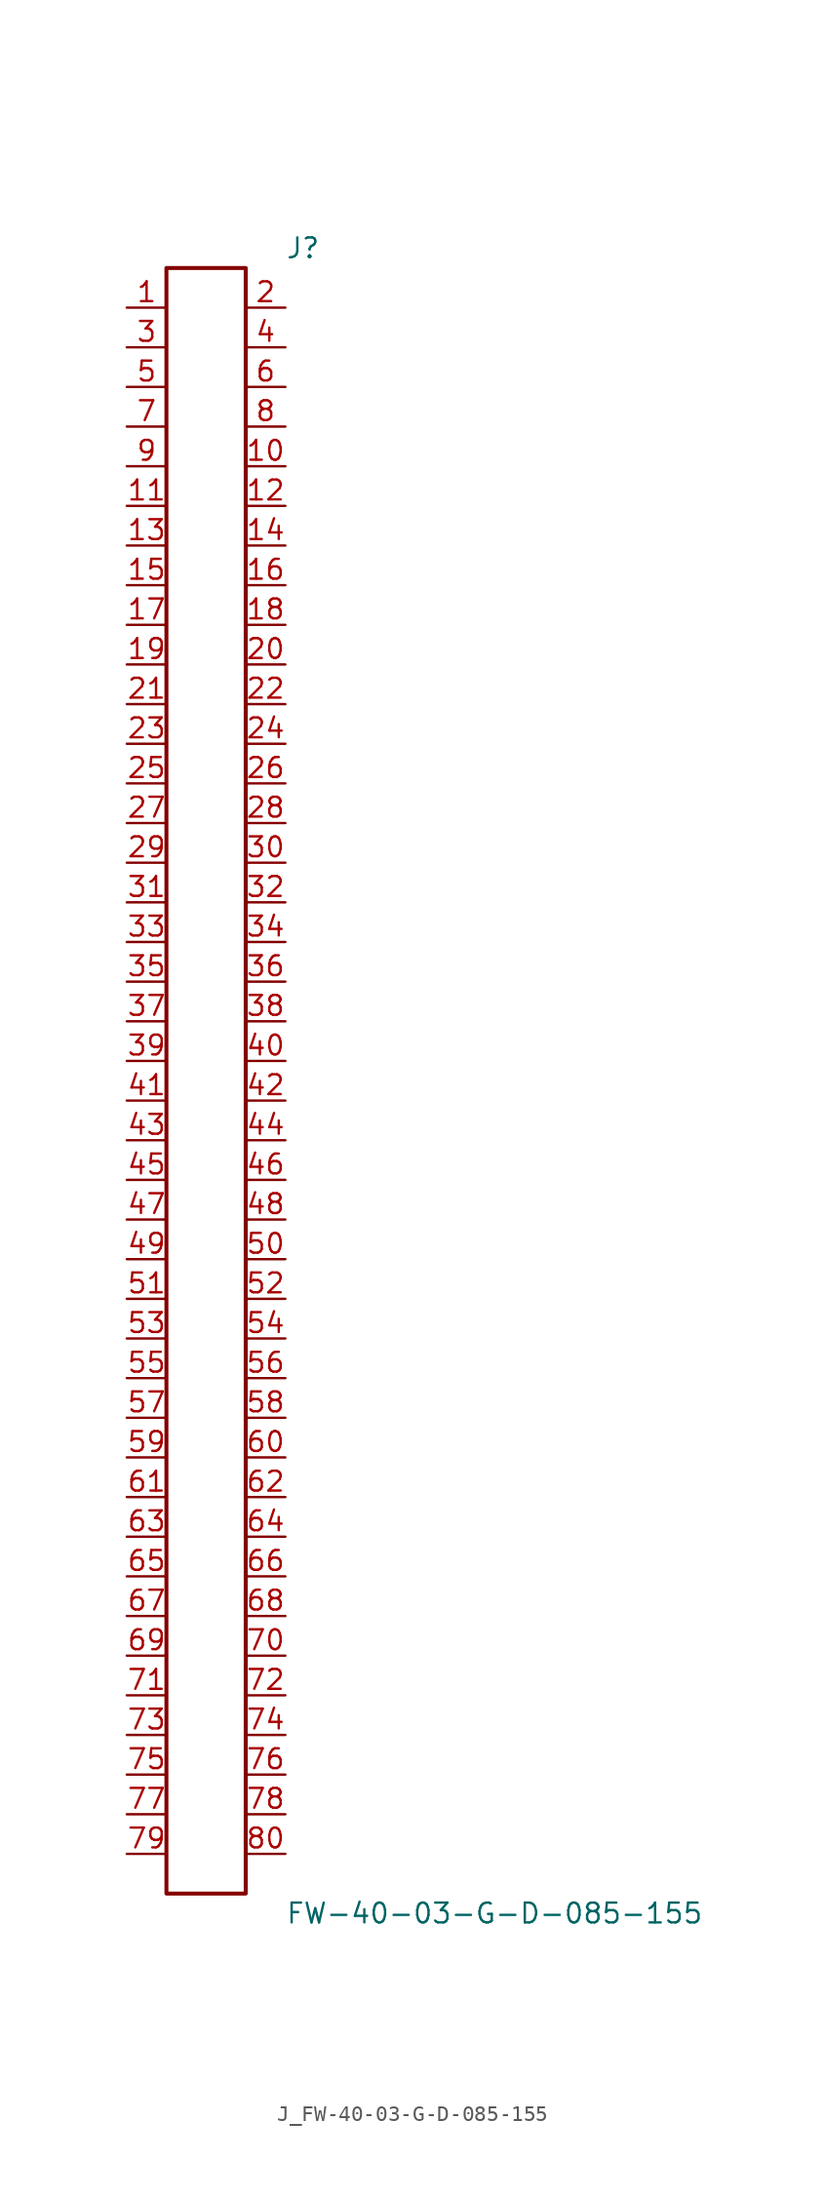
<source format=kicad_sym>
(kicad_symbol_lib
  (version 20231120)
  (generator kicad_symbol_editor)
  (generator_version 8.0)
  (symbol "J_FW-40-03-G-D-085-155"
    (pin_names
      (offset 0.254))
    (property "Reference" "J"
      (at 5.08 53.34 0)
      (effects (font (size 1.27 1.27)) (justify left)))
    (property "Value" "FW-40-03-G-D-085-155"
      (at 5.08 -53.34 0)
      (effects (font (size 1.27 1.27)) (justify left)))
    (symbol "J_FW-40-03-G-D-085-155_0_0"
      (pin unspecified line (at -5.08 49.53 0) (length 2.54) (name "" (effects (font (size 1.27 1.27)))) (number "1" (effects (font (size 1.27 1.27)))))
      (pin unspecified line (at 5.08 49.53 180) (length 2.54) (name "" (effects (font (size 1.27 1.27)))) (number "2" (effects (font (size 1.27 1.27)))))
      (pin unspecified line (at -5.08 46.99 0) (length 2.54) (name "" (effects (font (size 1.27 1.27)))) (number "3" (effects (font (size 1.27 1.27)))))
      (pin unspecified line (at 5.08 46.99 180) (length 2.54) (name "" (effects (font (size 1.27 1.27)))) (number "4" (effects (font (size 1.27 1.27)))))
      (pin unspecified line (at -5.08 44.45 0) (length 2.54) (name "" (effects (font (size 1.27 1.27)))) (number "5" (effects (font (size 1.27 1.27)))))
      (pin unspecified line (at 5.08 44.45 180) (length 2.54) (name "" (effects (font (size 1.27 1.27)))) (number "6" (effects (font (size 1.27 1.27)))))
      (pin unspecified line (at -5.08 41.91 0) (length 2.54) (name "" (effects (font (size 1.27 1.27)))) (number "7" (effects (font (size 1.27 1.27)))))
      (pin unspecified line (at 5.08 41.91 180) (length 2.54) (name "" (effects (font (size 1.27 1.27)))) (number "8" (effects (font (size 1.27 1.27)))))
      (pin unspecified line (at -5.08 39.37 0) (length 2.54) (name "" (effects (font (size 1.27 1.27)))) (number "9" (effects (font (size 1.27 1.27)))))
      (pin unspecified line (at 5.08 39.37 180) (length 2.54) (name "" (effects (font (size 1.27 1.27)))) (number "10" (effects (font (size 1.27 1.27)))))
      (pin unspecified line (at -5.08 36.83 0) (length 2.54) (name "" (effects (font (size 1.27 1.27)))) (number "11" (effects (font (size 1.27 1.27)))))
      (pin unspecified line (at 5.08 36.83 180) (length 2.54) (name "" (effects (font (size 1.27 1.27)))) (number "12" (effects (font (size 1.27 1.27)))))
      (pin unspecified line (at -5.08 34.29 0) (length 2.54) (name "" (effects (font (size 1.27 1.27)))) (number "13" (effects (font (size 1.27 1.27)))))
      (pin unspecified line (at 5.08 34.29 180) (length 2.54) (name "" (effects (font (size 1.27 1.27)))) (number "14" (effects (font (size 1.27 1.27)))))
      (pin unspecified line (at -5.08 31.75 0) (length 2.54) (name "" (effects (font (size 1.27 1.27)))) (number "15" (effects (font (size 1.27 1.27)))))
      (pin unspecified line (at 5.08 31.75 180) (length 2.54) (name "" (effects (font (size 1.27 1.27)))) (number "16" (effects (font (size 1.27 1.27)))))
      (pin unspecified line (at -5.08 29.21 0) (length 2.54) (name "" (effects (font (size 1.27 1.27)))) (number "17" (effects (font (size 1.27 1.27)))))
      (pin unspecified line (at 5.08 29.21 180) (length 2.54) (name "" (effects (font (size 1.27 1.27)))) (number "18" (effects (font (size 1.27 1.27)))))
      (pin unspecified line (at -5.08 26.67 0) (length 2.54) (name "" (effects (font (size 1.27 1.27)))) (number "19" (effects (font (size 1.27 1.27)))))
      (pin unspecified line (at 5.08 26.67 180) (length 2.54) (name "" (effects (font (size 1.27 1.27)))) (number "20" (effects (font (size 1.27 1.27)))))
      (pin unspecified line (at -5.08 24.13 0) (length 2.54) (name "" (effects (font (size 1.27 1.27)))) (number "21" (effects (font (size 1.27 1.27)))))
      (pin unspecified line (at 5.08 24.13 180) (length 2.54) (name "" (effects (font (size 1.27 1.27)))) (number "22" (effects (font (size 1.27 1.27)))))
      (pin unspecified line (at -5.08 21.59 0) (length 2.54) (name "" (effects (font (size 1.27 1.27)))) (number "23" (effects (font (size 1.27 1.27)))))
      (pin unspecified line (at 5.08 21.59 180) (length 2.54) (name "" (effects (font (size 1.27 1.27)))) (number "24" (effects (font (size 1.27 1.27)))))
      (pin unspecified line (at -5.08 19.05 0) (length 2.54) (name "" (effects (font (size 1.27 1.27)))) (number "25" (effects (font (size 1.27 1.27)))))
      (pin unspecified line (at 5.08 19.05 180) (length 2.54) (name "" (effects (font (size 1.27 1.27)))) (number "26" (effects (font (size 1.27 1.27)))))
      (pin unspecified line (at -5.08 16.51 0) (length 2.54) (name "" (effects (font (size 1.27 1.27)))) (number "27" (effects (font (size 1.27 1.27)))))
      (pin unspecified line (at 5.08 16.51 180) (length 2.54) (name "" (effects (font (size 1.27 1.27)))) (number "28" (effects (font (size 1.27 1.27)))))
      (pin unspecified line (at -5.08 13.97 0) (length 2.54) (name "" (effects (font (size 1.27 1.27)))) (number "29" (effects (font (size 1.27 1.27)))))
      (pin unspecified line (at 5.08 13.97 180) (length 2.54) (name "" (effects (font (size 1.27 1.27)))) (number "30" (effects (font (size 1.27 1.27)))))
      (pin unspecified line (at -5.08 11.43 0) (length 2.54) (name "" (effects (font (size 1.27 1.27)))) (number "31" (effects (font (size 1.27 1.27)))))
      (pin unspecified line (at 5.08 11.43 180) (length 2.54) (name "" (effects (font (size 1.27 1.27)))) (number "32" (effects (font (size 1.27 1.27)))))
      (pin unspecified line (at -5.08 8.89 0) (length 2.54) (name "" (effects (font (size 1.27 1.27)))) (number "33" (effects (font (size 1.27 1.27)))))
      (pin unspecified line (at 5.08 8.89 180) (length 2.54) (name "" (effects (font (size 1.27 1.27)))) (number "34" (effects (font (size 1.27 1.27)))))
      (pin unspecified line (at -5.08 6.35 0) (length 2.54) (name "" (effects (font (size 1.27 1.27)))) (number "35" (effects (font (size 1.27 1.27)))))
      (pin unspecified line (at 5.08 6.35 180) (length 2.54) (name "" (effects (font (size 1.27 1.27)))) (number "36" (effects (font (size 1.27 1.27)))))
      (pin unspecified line (at -5.08 3.81 0) (length 2.54) (name "" (effects (font (size 1.27 1.27)))) (number "37" (effects (font (size 1.27 1.27)))))
      (pin unspecified line (at 5.08 3.81 180) (length 2.54) (name "" (effects (font (size 1.27 1.27)))) (number "38" (effects (font (size 1.27 1.27)))))
      (pin unspecified line (at -5.08 1.27 0) (length 2.54) (name "" (effects (font (size 1.27 1.27)))) (number "39" (effects (font (size 1.27 1.27)))))
      (pin unspecified line (at 5.08 1.27 180) (length 2.54) (name "" (effects (font (size 1.27 1.27)))) (number "40" (effects (font (size 1.27 1.27)))))
      (pin unspecified line (at -5.08 -1.27 0) (length 2.54) (name "" (effects (font (size 1.27 1.27)))) (number "41" (effects (font (size 1.27 1.27)))))
      (pin unspecified line (at 5.08 -1.27 180) (length 2.54) (name "" (effects (font (size 1.27 1.27)))) (number "42" (effects (font (size 1.27 1.27)))))
      (pin unspecified line (at -5.08 -3.81 0) (length 2.54) (name "" (effects (font (size 1.27 1.27)))) (number "43" (effects (font (size 1.27 1.27)))))
      (pin unspecified line (at 5.08 -3.81 180) (length 2.54) (name "" (effects (font (size 1.27 1.27)))) (number "44" (effects (font (size 1.27 1.27)))))
      (pin unspecified line (at -5.08 -6.35 0) (length 2.54) (name "" (effects (font (size 1.27 1.27)))) (number "45" (effects (font (size 1.27 1.27)))))
      (pin unspecified line (at 5.08 -6.35 180) (length 2.54) (name "" (effects (font (size 1.27 1.27)))) (number "46" (effects (font (size 1.27 1.27)))))
      (pin unspecified line (at -5.08 -8.89 0) (length 2.54) (name "" (effects (font (size 1.27 1.27)))) (number "47" (effects (font (size 1.27 1.27)))))
      (pin unspecified line (at 5.08 -8.89 180) (length 2.54) (name "" (effects (font (size 1.27 1.27)))) (number "48" (effects (font (size 1.27 1.27)))))
      (pin unspecified line (at -5.08 -11.43 0) (length 2.54) (name "" (effects (font (size 1.27 1.27)))) (number "49" (effects (font (size 1.27 1.27)))))
      (pin unspecified line (at 5.08 -11.43 180) (length 2.54) (name "" (effects (font (size 1.27 1.27)))) (number "50" (effects (font (size 1.27 1.27)))))
      (pin unspecified line (at -5.08 -13.97 0) (length 2.54) (name "" (effects (font (size 1.27 1.27)))) (number "51" (effects (font (size 1.27 1.27)))))
      (pin unspecified line (at 5.08 -13.97 180) (length 2.54) (name "" (effects (font (size 1.27 1.27)))) (number "52" (effects (font (size 1.27 1.27)))))
      (pin unspecified line (at -5.08 -16.51 0) (length 2.54) (name "" (effects (font (size 1.27 1.27)))) (number "53" (effects (font (size 1.27 1.27)))))
      (pin unspecified line (at 5.08 -16.51 180) (length 2.54) (name "" (effects (font (size 1.27 1.27)))) (number "54" (effects (font (size 1.27 1.27)))))
      (pin unspecified line (at -5.08 -19.05 0) (length 2.54) (name "" (effects (font (size 1.27 1.27)))) (number "55" (effects (font (size 1.27 1.27)))))
      (pin unspecified line (at 5.08 -19.05 180) (length 2.54) (name "" (effects (font (size 1.27 1.27)))) (number "56" (effects (font (size 1.27 1.27)))))
      (pin unspecified line (at -5.08 -21.59 0) (length 2.54) (name "" (effects (font (size 1.27 1.27)))) (number "57" (effects (font (size 1.27 1.27)))))
      (pin unspecified line (at 5.08 -21.59 180) (length 2.54) (name "" (effects (font (size 1.27 1.27)))) (number "58" (effects (font (size 1.27 1.27)))))
      (pin unspecified line (at -5.08 -24.13 0) (length 2.54) (name "" (effects (font (size 1.27 1.27)))) (number "59" (effects (font (size 1.27 1.27)))))
      (pin unspecified line (at 5.08 -24.13 180) (length 2.54) (name "" (effects (font (size 1.27 1.27)))) (number "60" (effects (font (size 1.27 1.27)))))
      (pin unspecified line (at -5.08 -26.67 0) (length 2.54) (name "" (effects (font (size 1.27 1.27)))) (number "61" (effects (font (size 1.27 1.27)))))
      (pin unspecified line (at 5.08 -26.67 180) (length 2.54) (name "" (effects (font (size 1.27 1.27)))) (number "62" (effects (font (size 1.27 1.27)))))
      (pin unspecified line (at -5.08 -29.21 0) (length 2.54) (name "" (effects (font (size 1.27 1.27)))) (number "63" (effects (font (size 1.27 1.27)))))
      (pin unspecified line (at 5.08 -29.21 180) (length 2.54) (name "" (effects (font (size 1.27 1.27)))) (number "64" (effects (font (size 1.27 1.27)))))
      (pin unspecified line (at -5.08 -31.75 0) (length 2.54) (name "" (effects (font (size 1.27 1.27)))) (number "65" (effects (font (size 1.27 1.27)))))
      (pin unspecified line (at 5.08 -31.75 180) (length 2.54) (name "" (effects (font (size 1.27 1.27)))) (number "66" (effects (font (size 1.27 1.27)))))
      (pin unspecified line (at -5.08 -34.29 0) (length 2.54) (name "" (effects (font (size 1.27 1.27)))) (number "67" (effects (font (size 1.27 1.27)))))
      (pin unspecified line (at 5.08 -34.29 180) (length 2.54) (name "" (effects (font (size 1.27 1.27)))) (number "68" (effects (font (size 1.27 1.27)))))
      (pin unspecified line (at -5.08 -36.83 0) (length 2.54) (name "" (effects (font (size 1.27 1.27)))) (number "69" (effects (font (size 1.27 1.27)))))
      (pin unspecified line (at 5.08 -36.83 180) (length 2.54) (name "" (effects (font (size 1.27 1.27)))) (number "70" (effects (font (size 1.27 1.27)))))
      (pin unspecified line (at -5.08 -39.37 0) (length 2.54) (name "" (effects (font (size 1.27 1.27)))) (number "71" (effects (font (size 1.27 1.27)))))
      (pin unspecified line (at 5.08 -39.37 180) (length 2.54) (name "" (effects (font (size 1.27 1.27)))) (number "72" (effects (font (size 1.27 1.27)))))
      (pin unspecified line (at -5.08 -41.91 0) (length 2.54) (name "" (effects (font (size 1.27 1.27)))) (number "73" (effects (font (size 1.27 1.27)))))
      (pin unspecified line (at 5.08 -41.91 180) (length 2.54) (name "" (effects (font (size 1.27 1.27)))) (number "74" (effects (font (size 1.27 1.27)))))
      (pin unspecified line (at -5.08 -44.45 0) (length 2.54) (name "" (effects (font (size 1.27 1.27)))) (number "75" (effects (font (size 1.27 1.27)))))
      (pin unspecified line (at 5.08 -44.45 180) (length 2.54) (name "" (effects (font (size 1.27 1.27)))) (number "76" (effects (font (size 1.27 1.27)))))
      (pin unspecified line (at -5.08 -46.99 0) (length 2.54) (name "" (effects (font (size 1.27 1.27)))) (number "77" (effects (font (size 1.27 1.27)))))
      (pin unspecified line (at 5.08 -46.99 180) (length 2.54) (name "" (effects (font (size 1.27 1.27)))) (number "78" (effects (font (size 1.27 1.27)))))
      (pin unspecified line (at -5.08 -49.53 0) (length 2.54) (name "" (effects (font (size 1.27 1.27)))) (number "79" (effects (font (size 1.27 1.27)))))
      (pin unspecified line (at 5.08 -49.53 180) (length 2.54) (name "" (effects (font (size 1.27 1.27)))) (number "80" (effects (font (size 1.27 1.27))))))
    (symbol "J_FW-40-03-G-D-085-155_1_0"
      (rectangle (start -2.54 52.07) (end 2.54 -52.07) (stroke (width 0.254) (type solid)) (fill (type none))))))
</source>
